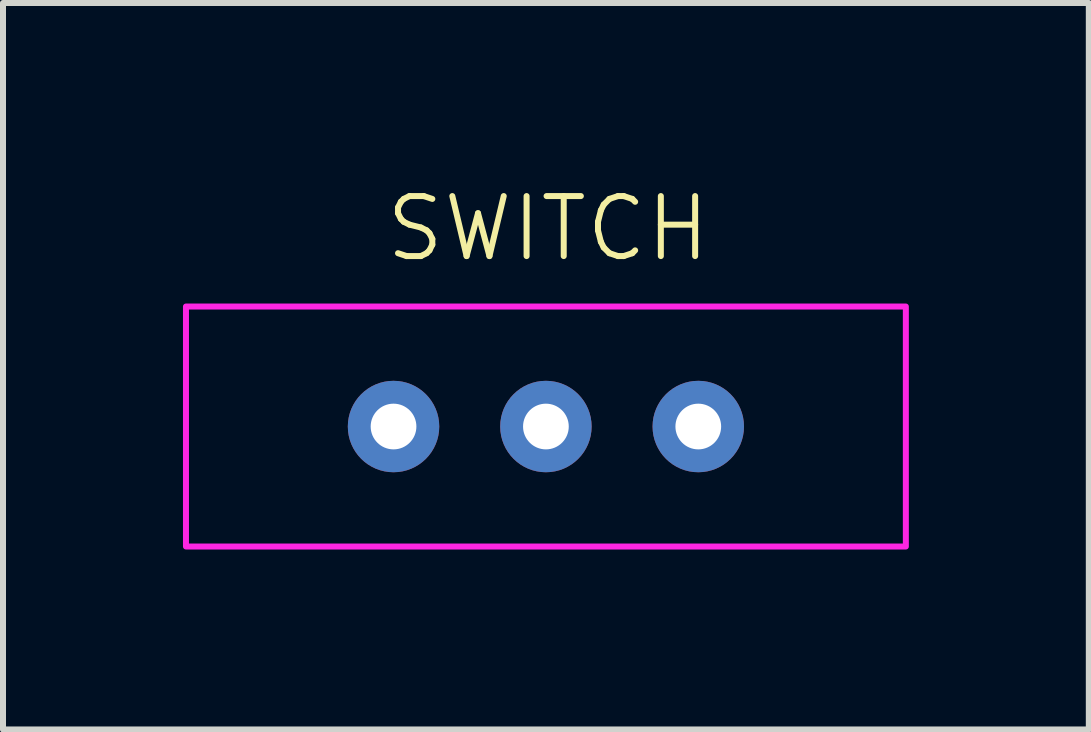
<source format=kicad_pcb>
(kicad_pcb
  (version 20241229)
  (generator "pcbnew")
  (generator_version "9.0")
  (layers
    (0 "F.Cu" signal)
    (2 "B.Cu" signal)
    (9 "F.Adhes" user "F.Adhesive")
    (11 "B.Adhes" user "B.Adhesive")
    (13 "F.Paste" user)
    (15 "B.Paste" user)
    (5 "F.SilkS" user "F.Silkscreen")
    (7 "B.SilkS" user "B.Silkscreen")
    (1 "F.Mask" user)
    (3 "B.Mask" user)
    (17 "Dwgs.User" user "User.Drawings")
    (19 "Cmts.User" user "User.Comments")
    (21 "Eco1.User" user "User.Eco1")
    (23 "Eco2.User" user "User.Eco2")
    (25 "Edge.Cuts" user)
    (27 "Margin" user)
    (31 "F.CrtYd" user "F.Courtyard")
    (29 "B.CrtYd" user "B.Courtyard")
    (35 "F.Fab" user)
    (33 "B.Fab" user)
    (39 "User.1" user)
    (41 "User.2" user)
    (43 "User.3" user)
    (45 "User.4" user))
  (footprint "SWITCH"
    (layer "F.Cu")
    (at 6.05 4.06)
    (property "Reference" "SWITCH" (at 0.035 -3.299 0) (unlocked yes) (layer "F.SilkS") (effects (font (size 1 1) (thickness 0.1))))
    (attr through_hole)
    (fp_rect (start -6 -2) (end 6 2) (stroke (width 0.1) (type default)) (fill no) (layer "F.CrtYd"))
    (pad "1" thru_hole circle (at -2.54 0) (size 1.524 1.524) (drill 0.762) (layers "*.Cu" "*.Mask"))
    (pad "2" thru_hole circle (at 0 0) (size 1.524 1.524) (drill 0.762) (layers "*.Cu" "*.Mask"))
    (pad "3" thru_hole circle (at 2.54 0) (size 1.524 1.524) (drill 0.762) (layers "*.Cu" "*.Mask")))
  (gr_rect
    (start -3 -3)
    (end 15.1 9.11)
    (stroke (width 0.1) (type default))
    (fill no)
    (layer "Edge.Cuts")))
</source>
